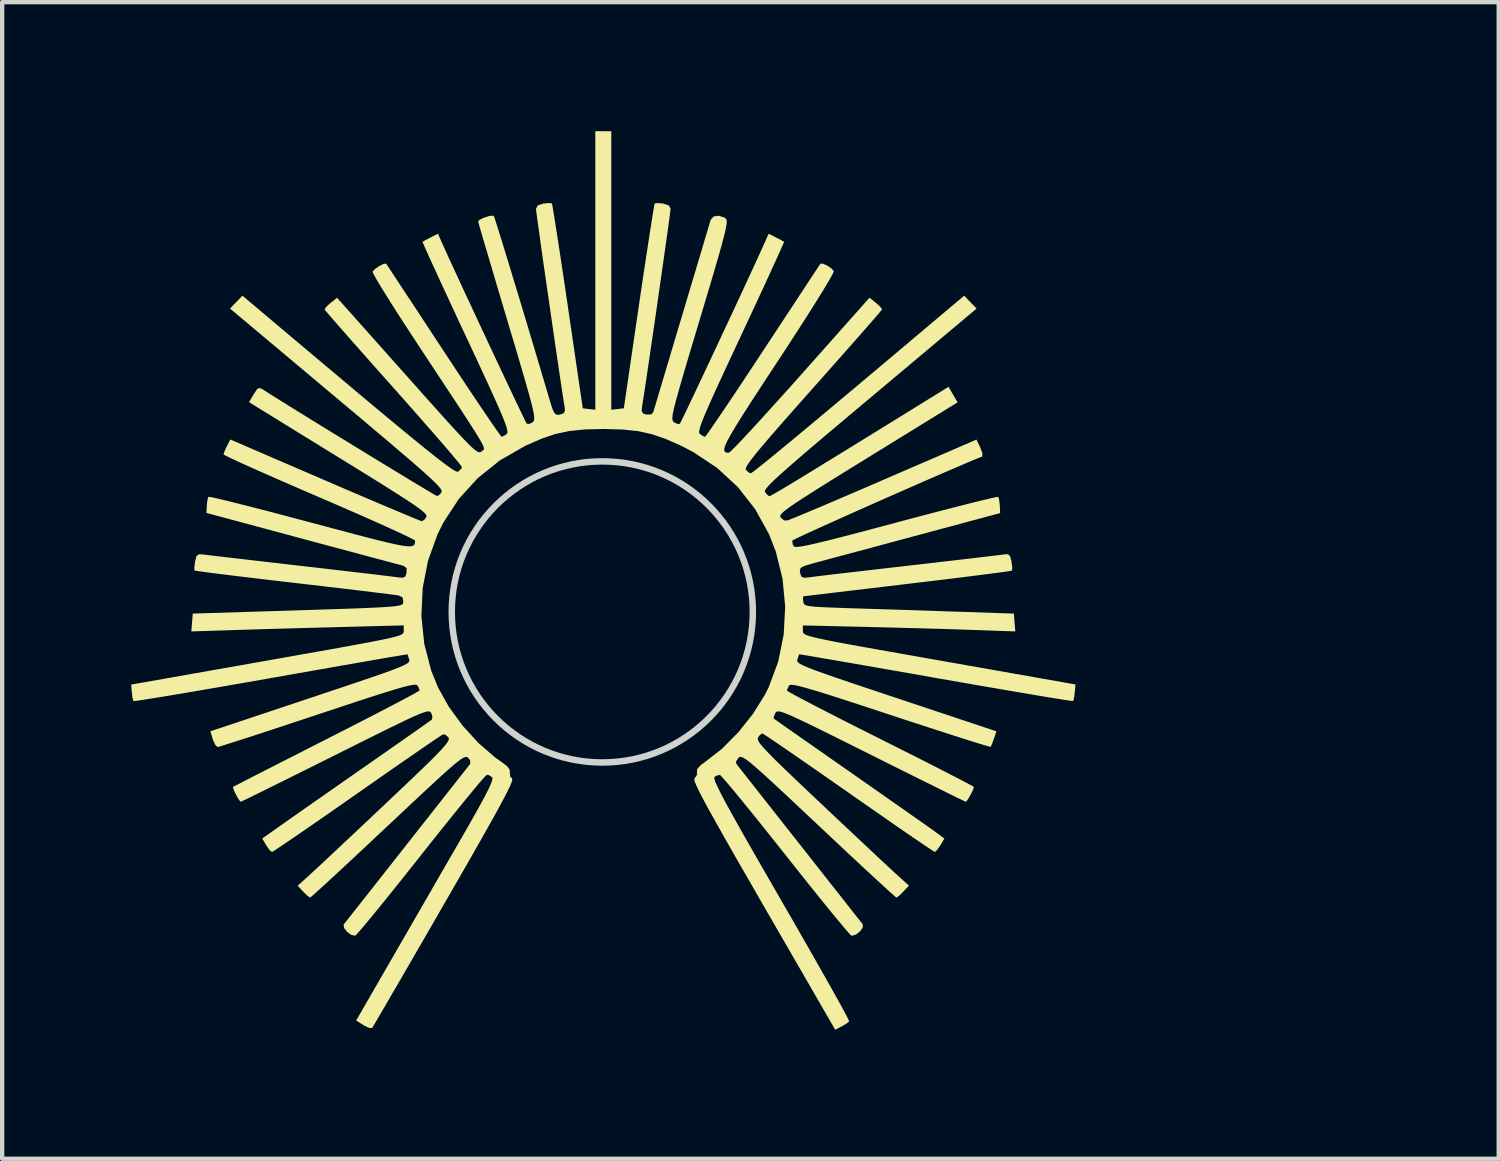
<source format=kicad_pcb>
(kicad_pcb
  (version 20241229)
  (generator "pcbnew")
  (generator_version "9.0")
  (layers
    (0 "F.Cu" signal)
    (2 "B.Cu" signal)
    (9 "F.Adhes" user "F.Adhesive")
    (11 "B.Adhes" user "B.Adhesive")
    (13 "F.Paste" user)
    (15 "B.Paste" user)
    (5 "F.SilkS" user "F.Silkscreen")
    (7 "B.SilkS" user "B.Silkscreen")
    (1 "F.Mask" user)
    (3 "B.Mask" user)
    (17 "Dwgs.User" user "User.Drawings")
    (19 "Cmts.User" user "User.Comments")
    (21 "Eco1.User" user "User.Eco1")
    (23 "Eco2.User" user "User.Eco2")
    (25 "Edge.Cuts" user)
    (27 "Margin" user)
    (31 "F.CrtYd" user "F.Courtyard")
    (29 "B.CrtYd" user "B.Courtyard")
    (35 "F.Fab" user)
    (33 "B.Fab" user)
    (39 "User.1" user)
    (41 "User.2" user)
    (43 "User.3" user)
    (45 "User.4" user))
  (footprint "_FP_Pot_17mmKnob_StdScale"
    (layer "F.Cu")
    (at 10.953 11.177)
    (property "Reference" "_FP_Pot_17mmKnob_StdScale" (at -4.6 -4.1 0) (layer "Eco2.User") (effects (font (size 1 1) (thickness 0.15)) (justify left bottom)))
    (attr through_hole)
    (fp_poly (pts (xy 0.209 -7.938) (xy 0.209 -4.7) (xy 0.355 -4.717) (xy 0.501 -4.734) (xy 0.848 -7.105) (xy 0.92 -7.594) (xy 0.988 -8.049) (xy 1.051 -8.461) (xy 1.106 -8.819) (xy 1.152 -9.112) (xy 1.187 -9.33) (xy 1.211 -9.462) (xy 1.219 -9.498) (xy 1.283 -9.506) (xy 1.404 -9.496) (xy 1.415 -9.494) (xy 1.546 -9.452) (xy 1.588 -9.375) (xy 1.588 -9.371) (xy 1.58 -9.303) (xy 1.559 -9.144) (xy 1.527 -8.906) (xy 1.484 -8.604) (xy 1.434 -8.25) (xy 1.378 -7.857) (xy 1.318 -7.44) (xy 1.257 -7.01) (xy 1.195 -6.582) (xy 1.134 -6.17) (xy 1.078 -5.785) (xy 1.027 -5.442) (xy 0.984 -5.153) (xy 0.95 -4.933) (xy 0.928 -4.794) (xy 0.925 -4.78) (xy 0.916 -4.662) (xy 0.959 -4.608) (xy 1.029 -4.589) (xy 1.145 -4.594) (xy 1.186 -4.649) (xy 1.206 -4.716) (xy 1.254 -4.875) (xy 1.324 -5.112) (xy 1.416 -5.419) (xy 1.525 -5.783) (xy 1.647 -6.193) (xy 1.78 -6.639) (xy 1.853 -6.881) (xy 1.99 -7.342) (xy 2.119 -7.773) (xy 2.236 -8.163) (xy 2.337 -8.502) (xy 2.419 -8.778) (xy 2.48 -8.98) (xy 2.515 -9.098) (xy 2.522 -9.122) (xy 2.59 -9.195) (xy 2.71 -9.211) (xy 2.839 -9.169) (xy 2.87 -9.148) (xy 2.887 -9.124) (xy 2.894 -9.079) (xy 2.888 -9.004) (xy 2.867 -8.892) (xy 2.829 -8.733) (xy 2.772 -8.518) (xy 2.694 -8.24) (xy 2.591 -7.888) (xy 2.463 -7.455) (xy 2.306 -6.931) (xy 2.261 -6.781) (xy 2.098 -6.238) (xy 1.963 -5.786) (xy 1.855 -5.419) (xy 1.771 -5.126) (xy 1.708 -4.898) (xy 1.665 -4.728) (xy 1.639 -4.605) (xy 1.629 -4.521) (xy 1.631 -4.466) (xy 1.644 -4.432) (xy 1.665 -4.41) (xy 1.669 -4.408) (xy 1.759 -4.367) (xy 1.804 -4.376) (xy 1.832 -4.429) (xy 1.899 -4.567) (xy 2 -4.777) (xy 2.128 -5.047) (xy 2.279 -5.366) (xy 2.446 -5.721) (xy 2.624 -6.1) (xy 2.807 -6.492) (xy 2.991 -6.884) (xy 3.168 -7.265) (xy 3.334 -7.623) (xy 3.483 -7.944) (xy 3.609 -8.219) (xy 3.707 -8.434) (xy 3.743 -8.513) (xy 3.868 -8.793) (xy 4.04 -8.706) (xy 4.157 -8.645) (xy 4.223 -8.609) (xy 4.227 -8.606) (xy 4.208 -8.557) (xy 4.148 -8.422) (xy 4.052 -8.21) (xy 3.924 -7.93) (xy 3.769 -7.593) (xy 3.591 -7.208) (xy 3.393 -6.784) (xy 3.214 -6.399) (xy 2.97 -5.877) (xy 2.768 -5.442) (xy 2.605 -5.087) (xy 2.478 -4.803) (xy 2.382 -4.583) (xy 2.316 -4.417) (xy 2.274 -4.298) (xy 2.254 -4.217) (xy 2.252 -4.168) (xy 2.265 -4.14) (xy 2.268 -4.137) (xy 2.353 -4.082) (xy 2.387 -4.071) (xy 2.423 -4.114) (xy 2.51 -4.237) (xy 2.644 -4.431) (xy 2.818 -4.687) (xy 3.026 -4.996) (xy 3.262 -5.35) (xy 3.52 -5.74) (xy 3.739 -6.073) (xy 4.011 -6.485) (xy 4.264 -6.87) (xy 4.493 -7.218) (xy 4.692 -7.521) (xy 4.855 -7.769) (xy 4.977 -7.953) (xy 5.05 -8.065) (xy 5.071 -8.096) (xy 5.128 -8.097) (xy 5.226 -8.054) (xy 5.324 -7.989) (xy 5.382 -7.926) (xy 5.383 -7.923) (xy 5.361 -7.866) (xy 5.285 -7.729) (xy 5.162 -7.522) (xy 4.997 -7.254) (xy 4.796 -6.935) (xy 4.565 -6.574) (xy 4.309 -6.179) (xy 4.088 -5.842) (xy 3.765 -5.351) (xy 3.497 -4.94) (xy 3.281 -4.604) (xy 3.112 -4.334) (xy 2.987 -4.123) (xy 2.901 -3.965) (xy 2.851 -3.851) (xy 2.833 -3.775) (xy 2.844 -3.729) (xy 2.878 -3.706) (xy 2.933 -3.7) (xy 2.941 -3.7) (xy 2.989 -3.738) (xy 3.1 -3.848) (xy 3.266 -4.022) (xy 3.48 -4.252) (xy 3.735 -4.53) (xy 4.023 -4.848) (xy 4.338 -5.197) (xy 4.61 -5.502) (xy 6.212 -7.305) (xy 6.362 -7.186) (xy 6.459 -7.099) (xy 6.503 -7.038) (xy 6.503 -7.032) (xy 6.467 -6.986) (xy 6.367 -6.869) (xy 6.211 -6.689) (xy 6.005 -6.454) (xy 5.757 -6.173) (xy 5.473 -5.852) (xy 5.162 -5.5) (xy 4.884 -5.187) (xy 4.497 -4.751) (xy 4.176 -4.387) (xy 3.916 -4.089) (xy 3.711 -3.849) (xy 3.557 -3.663) (xy 3.447 -3.522) (xy 3.377 -3.421) (xy 3.341 -3.354) (xy 3.334 -3.313) (xy 3.339 -3.3) (xy 3.416 -3.234) (xy 3.452 -3.223) (xy 3.505 -3.257) (xy 3.636 -3.359) (xy 3.846 -3.528) (xy 4.133 -3.763) (xy 4.496 -4.063) (xy 4.933 -4.426) (xy 5.443 -4.853) (xy 6.025 -5.341) (xy 6.678 -5.89) (xy 7.401 -6.499) (xy 7.612 -6.677) (xy 8.414 -7.353) (xy 8.558 -7.202) (xy 8.702 -7.052) (xy 6.215 -4.965) (xy 5.697 -4.53) (xy 5.255 -4.158) (xy 4.884 -3.844) (xy 4.578 -3.582) (xy 4.331 -3.367) (xy 4.138 -3.196) (xy 3.992 -3.062) (xy 3.889 -2.96) (xy 3.823 -2.886) (xy 3.788 -2.834) (xy 3.779 -2.799) (xy 3.784 -2.785) (xy 3.85 -2.709) (xy 3.887 -2.692) (xy 3.918 -2.705) (xy 3.992 -2.746) (xy 4.114 -2.816) (xy 4.289 -2.92) (xy 4.521 -3.06) (xy 4.814 -3.239) (xy 5.174 -3.46) (xy 5.605 -3.724) (xy 6.111 -4.036) (xy 6.698 -4.398) (xy 7.369 -4.813) (xy 7.483 -4.883) (xy 8.049 -5.233) (xy 8.155 -5.053) (xy 8.261 -4.873) (xy 6.174 -3.587) (xy 5.683 -3.284) (xy 5.276 -3.031) (xy 4.944 -2.823) (xy 4.681 -2.655) (xy 4.479 -2.523) (xy 4.332 -2.421) (xy 4.231 -2.344) (xy 4.169 -2.287) (xy 4.14 -2.245) (xy 4.136 -2.214) (xy 4.141 -2.2) (xy 4.226 -2.126) (xy 4.31 -2.129) (xy 4.381 -2.156) (xy 4.54 -2.22) (xy 4.774 -2.318) (xy 5.075 -2.445) (xy 5.43 -2.596) (xy 5.83 -2.767) (xy 6.264 -2.954) (xy 6.562 -3.083) (xy 8.7 -4.007) (xy 8.79 -3.818) (xy 8.838 -3.687) (xy 8.833 -3.615) (xy 8.826 -3.61) (xy 8.695 -3.558) (xy 8.49 -3.472) (xy 8.223 -3.358) (xy 7.905 -3.221) (xy 7.548 -3.066) (xy 7.164 -2.898) (xy 6.764 -2.722) (xy 6.361 -2.544) (xy 5.967 -2.369) (xy 5.592 -2.201) (xy 5.249 -2.047) (xy 4.95 -1.912) (xy 4.706 -1.8) (xy 4.53 -1.717) (xy 4.432 -1.669) (xy 4.416 -1.658) (xy 4.427 -1.572) (xy 4.448 -1.529) (xy 4.474 -1.514) (xy 4.53 -1.511) (xy 4.625 -1.522) (xy 4.768 -1.549) (xy 4.967 -1.593) (xy 5.229 -1.657) (xy 5.564 -1.742) (xy 5.98 -1.85) (xy 6.484 -1.984) (xy 6.837 -2.078) (xy 7.316 -2.206) (xy 7.764 -2.323) (xy 8.17 -2.428) (xy 8.523 -2.518) (xy 8.813 -2.59) (xy 9.03 -2.642) (xy 9.164 -2.671) (xy 9.205 -2.675) (xy 9.227 -2.608) (xy 9.241 -2.482) (xy 9.242 -2.472) (xy 9.25 -2.298) (xy 7.235 -1.757) (xy 6.776 -1.633) (xy 6.337 -1.515) (xy 5.931 -1.406) (xy 5.572 -1.31) (xy 5.273 -1.23) (xy 5.048 -1.169) (xy 4.91 -1.132) (xy 4.897 -1.128) (xy 4.721 -1.077) (xy 4.627 -1.035) (xy 4.593 -0.984) (xy 4.598 -0.91) (xy 4.599 -0.909) (xy 4.627 -0.822) (xy 4.69 -0.794) (xy 4.816 -0.805) (xy 4.91 -0.818) (xy 5.097 -0.841) (xy 5.365 -0.873) (xy 5.699 -0.912) (xy 6.089 -0.957) (xy 6.521 -1.007) (xy 6.983 -1.06) (xy 7.103 -1.074) (xy 7.567 -1.127) (xy 8.004 -1.178) (xy 8.399 -1.224) (xy 8.741 -1.264) (xy 9.017 -1.297) (xy 9.216 -1.321) (xy 9.325 -1.335) (xy 9.337 -1.337) (xy 9.433 -1.342) (xy 9.483 -1.292) (xy 9.513 -1.173) (xy 9.531 -1.043) (xy 9.528 -0.966) (xy 9.525 -0.961) (xy 9.469 -0.95) (xy 9.318 -0.928) (xy 9.084 -0.897) (xy 8.775 -0.857) (xy 8.404 -0.81) (xy 7.98 -0.758) (xy 7.514 -0.702) (xy 7.096 -0.652) (xy 6.603 -0.593) (xy 6.143 -0.538) (xy 5.728 -0.489) (xy 5.366 -0.446) (xy 5.069 -0.41) (xy 4.848 -0.384) (xy 4.713 -0.368) (xy 4.673 -0.363) (xy 4.666 -0.315) (xy 4.673 -0.24) (xy 4.681 -0.202) (xy 4.7 -0.173) (xy 4.744 -0.151) (xy 4.825 -0.134) (xy 4.956 -0.12) (xy 5.15 -0.109) (xy 5.418 -0.098) (xy 5.775 -0.086) (xy 5.962 -0.08) (xy 6.415 -0.066) (xy 6.922 -0.05) (xy 7.443 -0.033) (xy 7.939 -0.016) (xy 8.371 -0.002) (xy 8.402 -0.001) (xy 9.568 0.039) (xy 9.585 0.246) (xy 9.602 0.453) (xy 8.631 0.419) (xy 8.302 0.408) (xy 7.895 0.395) (xy 7.437 0.382) (xy 6.957 0.369) (xy 6.482 0.357) (xy 6.161 0.349) (xy 4.663 0.314) (xy 4.663 0.441) (xy 4.665 0.468) (xy 4.675 0.492) (xy 4.7 0.515) (xy 4.749 0.54) (xy 4.83 0.566) (xy 4.949 0.597) (xy 5.115 0.634) (xy 5.336 0.679) (xy 5.619 0.733) (xy 5.973 0.797) (xy 6.404 0.875) (xy 6.92 0.966) (xy 7.53 1.074) (xy 7.832 1.127) (xy 11 1.686) (xy 10.985 1.867) (xy 10.969 1.995) (xy 10.95 2.068) (xy 10.948 2.071) (xy 10.893 2.066) (xy 10.743 2.044) (xy 10.506 2.006) (xy 10.193 1.955) (xy 9.811 1.89) (xy 9.37 1.815) (xy 8.879 1.731) (xy 8.346 1.638) (xy 7.782 1.54) (xy 7.755 1.535) (xy 7.19 1.435) (xy 6.657 1.342) (xy 6.165 1.256) (xy 5.723 1.179) (xy 5.34 1.113) (xy 5.024 1.059) (xy 4.786 1.018) (xy 4.634 0.993) (xy 4.577 0.985) (xy 4.577 0.985) (xy 4.558 1.035) (xy 4.535 1.107) (xy 4.531 1.135) (xy 4.543 1.164) (xy 4.578 1.196) (xy 4.646 1.234) (xy 4.755 1.282) (xy 4.912 1.344) (xy 5.127 1.422) (xy 5.407 1.52) (xy 5.762 1.641) (xy 6.199 1.787) (xy 6.727 1.964) (xy 6.832 1.999) (xy 9.163 2.776) (xy 9.106 2.945) (xy 9.062 3.066) (xy 9.031 3.134) (xy 9.03 3.137) (xy 8.977 3.125) (xy 8.834 3.083) (xy 8.61 3.014) (xy 8.316 2.921) (xy 7.962 2.807) (xy 7.557 2.676) (xy 7.112 2.531) (xy 6.702 2.396) (xy 6.149 2.213) (xy 5.688 2.063) (xy 5.311 1.941) (xy 5.01 1.847) (xy 4.776 1.778) (xy 4.603 1.731) (xy 4.48 1.703) (xy 4.401 1.694) (xy 4.357 1.699) (xy 4.343 1.71) (xy 4.3 1.799) (xy 4.293 1.828) (xy 4.339 1.859) (xy 4.47 1.933) (xy 4.678 2.043) (xy 4.952 2.186) (xy 5.284 2.357) (xy 5.664 2.551) (xy 6.082 2.762) (xy 6.466 2.955) (xy 6.91 3.178) (xy 7.324 3.386) (xy 7.698 3.576) (xy 8.022 3.742) (xy 8.288 3.879) (xy 8.486 3.983) (xy 8.606 4.049) (xy 8.64 4.071) (xy 8.618 4.139) (xy 8.565 4.246) (xy 8.505 4.35) (xy 8.46 4.41) (xy 8.453 4.413) (xy 8.402 4.39) (xy 8.265 4.325) (xy 8.053 4.221) (xy 7.775 4.083) (xy 7.44 3.917) (xy 7.057 3.727) (xy 6.637 3.518) (xy 6.255 3.327) (xy 5.745 3.072) (xy 5.321 2.861) (xy 4.975 2.69) (xy 4.699 2.556) (xy 4.485 2.456) (xy 4.324 2.384) (xy 4.207 2.339) (xy 4.128 2.316) (xy 4.077 2.312) (xy 4.047 2.322) (xy 4.028 2.344) (xy 4.024 2.35) (xy 3.985 2.441) (xy 3.983 2.476) (xy 4.029 2.509) (xy 4.152 2.596) (xy 4.345 2.731) (xy 4.596 2.908) (xy 4.899 3.119) (xy 5.242 3.359) (xy 5.617 3.621) (xy 5.803 3.751) (xy 6.198 4.027) (xy 6.571 4.289) (xy 6.913 4.528) (xy 7.212 4.738) (xy 7.46 4.912) (xy 7.645 5.043) (xy 7.757 5.123) (xy 7.78 5.14) (xy 7.953 5.269) (xy 7.861 5.424) (xy 7.789 5.529) (xy 7.734 5.579) (xy 7.731 5.58) (xy 7.681 5.55) (xy 7.553 5.466) (xy 7.356 5.333) (xy 7.098 5.157) (xy 6.79 4.944) (xy 6.439 4.7) (xy 6.054 4.432) (xy 5.724 4.201) (xy 5.318 3.918) (xy 4.939 3.654) (xy 4.596 3.416) (xy 4.297 3.21) (xy 4.05 3.041) (xy 3.866 2.917) (xy 3.752 2.842) (xy 3.718 2.823) (xy 3.664 2.862) (xy 3.621 2.919) (xy 3.612 2.951) (xy 3.626 2.996) (xy 3.668 3.062) (xy 3.746 3.155) (xy 3.866 3.283) (xy 4.034 3.453) (xy 4.259 3.671) (xy 4.545 3.945) (xy 4.901 4.282) (xy 5.016 4.391) (xy 5.359 4.715) (xy 5.692 5.028) (xy 6.003 5.32) (xy 6.28 5.58) (xy 6.513 5.799) (xy 6.692 5.965) (xy 6.8 6.065) (xy 7.129 6.364) (xy 7 6.502) (xy 6.907 6.594) (xy 6.843 6.639) (xy 6.838 6.641) (xy 6.794 6.605) (xy 6.681 6.504) (xy 6.506 6.345) (xy 6.277 6.134) (xy 6.003 5.88) (xy 5.69 5.588) (xy 5.348 5.267) (xy 5.034 4.972) (xy 4.617 4.58) (xy 4.271 4.255) (xy 3.987 3.991) (xy 3.76 3.783) (xy 3.583 3.625) (xy 3.448 3.51) (xy 3.348 3.433) (xy 3.277 3.389) (xy 3.228 3.37) (xy 3.194 3.372) (xy 3.168 3.389) (xy 3.168 3.389) (xy 3.108 3.48) (xy 3.118 3.533) (xy 3.159 3.586) (xy 3.259 3.713) (xy 3.411 3.906) (xy 3.608 4.156) (xy 3.842 4.453) (xy 4.107 4.79) (xy 4.396 5.157) (xy 4.584 5.394) (xy 4.884 5.776) (xy 5.165 6.133) (xy 5.42 6.456) (xy 5.642 6.738) (xy 5.823 6.968) (xy 5.957 7.138) (xy 6.037 7.239) (xy 6.056 7.263) (xy 6.056 7.336) (xy 5.993 7.426) (xy 5.899 7.501) (xy 5.805 7.529) (xy 5.794 7.528) (xy 5.749 7.485) (xy 5.646 7.367) (xy 5.491 7.182) (xy 5.291 6.94) (xy 5.054 6.647) (xy 4.786 6.314) (xy 4.494 5.947) (xy 4.266 5.659) (xy 3.96 5.274) (xy 3.674 4.915) (xy 3.412 4.591) (xy 3.183 4.31) (xy 2.994 4.081) (xy 2.851 3.913) (xy 2.761 3.813) (xy 2.733 3.788) (xy 2.644 3.811) (xy 2.606 3.844) (xy 2.604 3.879) (xy 2.629 3.954) (xy 2.683 4.074) (xy 2.769 4.247) (xy 2.891 4.476) (xy 3.052 4.768) (xy 3.254 5.128) (xy 3.502 5.563) (xy 3.797 6.077) (xy 4.143 6.677) (xy 4.154 6.697) (xy 4.441 7.193) (xy 4.71 7.663) (xy 4.958 8.098) (xy 5.18 8.489) (xy 5.371 8.829) (xy 5.527 9.11) (xy 5.644 9.324) (xy 5.716 9.462) (xy 5.74 9.517) (xy 5.739 9.518) (xy 5.681 9.568) (xy 5.57 9.634) (xy 5.566 9.636) (xy 5.415 9.714) (xy 3.74 6.814) (xy 3.393 6.21) (xy 3.095 5.693) (xy 2.845 5.254) (xy 2.639 4.888) (xy 2.473 4.59) (xy 2.345 4.353) (xy 2.25 4.17) (xy 2.187 4.037) (xy 2.15 3.946) (xy 2.138 3.892) (xy 2.147 3.868) (xy 2.147 3.868) (xy 2.204 3.784) (xy 2.199 3.728) (xy 2.209 3.648) (xy 2.297 3.554) (xy 2.395 3.484) (xy 2.786 3.179) (xy 3.163 2.798) (xy 3.504 2.369) (xy 3.784 1.92) (xy 3.866 1.756) (xy 4.09 1.156) (xy 4.218 0.524) (xy 4.252 -0.123) (xy 4.191 -0.77) (xy 4.035 -1.4) (xy 3.877 -1.806) (xy 3.557 -2.385) (xy 3.156 -2.899) (xy 2.675 -3.344) (xy 2.119 -3.715) (xy 1.837 -3.862) (xy 1.475 -4.022) (xy 1.151 -4.133) (xy 0.83 -4.204) (xy 0.475 -4.241) (xy 0.054 -4.253) (xy 0.023 -4.253) (xy -0.403 -4.243) (xy -0.76 -4.207) (xy -1.082 -4.139) (xy -1.405 -4.031) (xy -1.763 -3.874) (xy -1.795 -3.859) (xy -2.379 -3.525) (xy -2.893 -3.113) (xy -3.333 -2.631) (xy -3.692 -2.083) (xy -3.83 -1.806) (xy -4.051 -1.194) (xy -4.176 -0.556) (xy -4.206 0.094) (xy -4.14 0.739) (xy -3.978 1.363) (xy -3.819 1.756) (xy -3.568 2.205) (xy -3.247 2.645) (xy -2.88 3.047) (xy -2.492 3.383) (xy -2.348 3.484) (xy -2.206 3.593) (xy -2.149 3.679) (xy -2.152 3.728) (xy -2.14 3.831) (xy -2.1 3.868) (xy -2.091 3.891) (xy -2.103 3.945) (xy -2.139 4.035) (xy -2.202 4.168) (xy -2.296 4.35) (xy -2.423 4.587) (xy -2.589 4.884) (xy -2.794 5.249) (xy -3.044 5.688) (xy -3.341 6.206) (xy -3.669 6.775) (xy -3.96 7.28) (xy -4.236 7.757) (xy -4.492 8.2) (xy -4.723 8.599) (xy -4.926 8.947) (xy -5.094 9.237) (xy -5.224 9.459) (xy -5.311 9.607) (xy -5.351 9.672) (xy -5.352 9.674) (xy -5.414 9.673) (xy -5.524 9.623) (xy -5.554 9.605) (xy -5.722 9.499) (xy -4.936 8.136) (xy -4.687 7.704) (xy -4.403 7.212) (xy -4.101 6.689) (xy -3.8 6.166) (xy -3.516 5.675) (xy -3.325 5.344) (xy -3.083 4.923) (xy -2.892 4.584) (xy -2.748 4.32) (xy -2.646 4.122) (xy -2.583 3.983) (xy -2.555 3.894) (xy -2.556 3.848) (xy -2.559 3.844) (xy -2.644 3.79) (xy -2.686 3.788) (xy -2.732 3.832) (xy -2.836 3.95) (xy -2.992 4.136) (xy -3.192 4.379) (xy -3.43 4.672) (xy -3.699 5.006) (xy -3.991 5.372) (xy -4.218 5.659) (xy -4.524 6.045) (xy -4.81 6.403) (xy -5.071 6.727) (xy -5.299 7.007) (xy -5.488 7.236) (xy -5.63 7.404) (xy -5.719 7.503) (xy -5.747 7.528) (xy -5.839 7.508) (xy -5.935 7.437) (xy -6.004 7.347) (xy -6.014 7.271) (xy -6.009 7.263) (xy -5.966 7.209) (xy -5.865 7.08) (xy -5.711 6.886) (xy -5.514 6.635) (xy -5.278 6.336) (xy -5.012 5.998) (xy -4.723 5.631) (xy -4.537 5.394) (xy -4.237 5.013) (xy -3.956 4.657) (xy -3.702 4.334) (xy -3.481 4.054) (xy -3.301 3.825) (xy -3.168 3.656) (xy -3.089 3.556) (xy -3.071 3.533) (xy -3.07 3.454) (xy -3.12 3.39) (xy -3.146 3.373) (xy -3.18 3.372) (xy -3.23 3.39) (xy -3.301 3.436) (xy -3.402 3.513) (xy -3.538 3.629) (xy -3.717 3.788) (xy -3.945 3.998) (xy -4.23 4.263) (xy -4.579 4.589) (xy -4.987 4.972) (xy -5.35 5.313) (xy -5.689 5.631) (xy -5.997 5.917) (xy -6.265 6.166) (xy -6.487 6.37) (xy -6.654 6.522) (xy -6.758 6.614) (xy -6.792 6.641) (xy -6.847 6.606) (xy -6.938 6.52) (xy -6.954 6.503) (xy -7.082 6.366) (xy -6.752 6.066) (xy -6.637 5.96) (xy -6.457 5.792) (xy -6.221 5.571) (xy -5.942 5.309) (xy -5.63 5.016) (xy -5.297 4.702) (xy -4.968 4.391) (xy -4.592 4.035) (xy -4.286 3.743) (xy -4.045 3.51) (xy -3.862 3.327) (xy -3.729 3.188) (xy -3.64 3.086) (xy -3.588 3.013) (xy -3.567 2.963) (xy -3.57 2.928) (xy -3.574 2.919) (xy -3.651 2.852) (xy -3.706 2.848) (xy -3.763 2.884) (xy -3.898 2.974) (xy -4.101 3.112) (xy -4.363 3.293) (xy -4.676 3.509) (xy -5.03 3.755) (xy -5.415 4.024) (xy -5.707 4.228) (xy -6.109 4.509) (xy -6.484 4.77) (xy -6.824 5.005) (xy -7.119 5.208) (xy -7.362 5.373) (xy -7.542 5.494) (xy -7.65 5.564) (xy -7.68 5.58) (xy -7.733 5.539) (xy -7.806 5.438) (xy -7.814 5.424) (xy -7.906 5.268) (xy -7.388 4.902) (xy -7.214 4.779) (xy -6.968 4.607) (xy -6.666 4.396) (xy -6.324 4.157) (xy -5.958 3.901) (xy -5.584 3.64) (xy -5.438 3.539) (xy -5.093 3.298) (xy -4.775 3.075) (xy -4.494 2.879) (xy -4.262 2.716) (xy -4.09 2.594) (xy -3.986 2.52) (xy -3.962 2.502) (xy -3.949 2.431) (xy -3.977 2.352) (xy -3.994 2.327) (xy -4.021 2.313) (xy -4.065 2.313) (xy -4.136 2.331) (xy -4.241 2.369) (xy -4.389 2.433) (xy -4.587 2.525) (xy -4.845 2.65) (xy -5.171 2.81) (xy -5.572 3.009) (xy -6.058 3.252) (xy -6.209 3.327) (xy -6.653 3.549) (xy -7.068 3.756) (xy -7.445 3.943) (xy -7.772 4.105) (xy -8.042 4.238) (xy -8.243 4.337) (xy -8.368 4.396) (xy -8.406 4.413) (xy -8.445 4.372) (xy -8.502 4.276) (xy -8.556 4.167) (xy -8.585 4.085) (xy -8.584 4.068) (xy -8.535 4.042) (xy -8.4 3.972) (xy -8.19 3.864) (xy -7.914 3.723) (xy -7.581 3.553) (xy -7.2 3.359) (xy -6.782 3.146) (xy -6.406 2.955) (xy -5.964 2.73) (xy -5.552 2.519) (xy -5.18 2.327) (xy -4.858 2.159) (xy -4.594 2.02) (xy -4.398 1.914) (xy -4.279 1.847) (xy -4.246 1.824) (xy -4.272 1.753) (xy -4.297 1.709) (xy -4.322 1.694) (xy -4.374 1.692) (xy -4.463 1.706) (xy -4.596 1.738) (xy -4.782 1.79) (xy -5.029 1.866) (xy -5.346 1.966) (xy -5.741 2.095) (xy -6.221 2.254) (xy -6.617 2.385) (xy -7.086 2.541) (xy -7.525 2.686) (xy -7.924 2.817) (xy -8.271 2.93) (xy -8.557 3.022) (xy -8.772 3.09) (xy -8.904 3.131) (xy -8.943 3.141) (xy -8.995 3.095) (xy -9.048 2.983) (xy -9.056 2.958) (xy -9.112 2.775) (xy -6.783 1.998) (xy -6.238 1.816) (xy -5.786 1.664) (xy -5.417 1.539) (xy -5.124 1.438) (xy -4.898 1.357) (xy -4.732 1.292) (xy -4.615 1.242) (xy -4.541 1.202) (xy -4.5 1.169) (xy -4.485 1.14) (xy -4.487 1.112) (xy -4.489 1.107) (xy -4.519 1.015) (xy -4.53 0.985) (xy -4.582 0.993) (xy -4.73 1.018) (xy -4.963 1.057) (xy -5.275 1.111) (xy -5.654 1.177) (xy -6.093 1.254) (xy -6.583 1.34) (xy -7.114 1.433) (xy -7.677 1.533) (xy -7.706 1.538) (xy -8.271 1.637) (xy -8.805 1.73) (xy -9.298 1.815) (xy -9.742 1.891) (xy -10.127 1.955) (xy -10.444 2.007) (xy -10.684 2.045) (xy -10.839 2.068) (xy -10.899 2.073) (xy -10.899 2.073) (xy -10.92 2.008) (xy -10.937 1.883) (xy -10.938 1.869) (xy -10.953 1.689) (xy -7.785 1.13) (xy -7.131 1.014) (xy -6.574 0.915) (xy -6.106 0.832) (xy -5.72 0.761) (xy -5.406 0.703) (xy -5.159 0.654) (xy -4.969 0.614) (xy -4.83 0.581) (xy -4.733 0.552) (xy -4.671 0.527) (xy -4.636 0.503) (xy -4.621 0.48) (xy -4.617 0.454) (xy -4.616 0.442) (xy -4.616 0.313) (xy -6.008 0.349) (xy -6.462 0.361) (xy -6.954 0.374) (xy -7.452 0.388) (xy -7.922 0.402) (xy -8.332 0.414) (xy -8.478 0.419) (xy -9.555 0.453) (xy -9.538 0.246) (xy -9.522 0.039) (xy -8.222 -0.002) (xy -7.519 -0.023) (xy -6.915 -0.042) (xy -6.402 -0.059) (xy -5.972 -0.073) (xy -5.618 -0.086) (xy -5.333 -0.098) (xy -5.109 -0.11) (xy -4.939 -0.121) (xy -4.816 -0.133) (xy -4.73 -0.147) (xy -4.677 -0.161) (xy -4.647 -0.178) (xy -4.633 -0.197) (xy -4.628 -0.219) (xy -4.626 -0.238) (xy -4.643 -0.338) (xy -4.732 -0.382) (xy -4.81 -0.394) (xy -4.981 -0.416) (xy -5.235 -0.447) (xy -5.559 -0.487) (xy -5.944 -0.533) (xy -6.376 -0.584) (xy -6.845 -0.639) (xy -7.157 -0.675) (xy -7.639 -0.731) (xy -8.088 -0.785) (xy -8.492 -0.833) (xy -8.842 -0.876) (xy -9.126 -0.912) (xy -9.334 -0.94) (xy -9.454 -0.957) (xy -9.48 -0.963) (xy -9.486 -1.024) (xy -9.471 -1.146) (xy -9.467 -1.171) (xy -9.435 -1.295) (xy -9.381 -1.34) (xy -9.271 -1.335) (xy -9.265 -1.334) (xy -9.176 -1.323) (xy -8.994 -1.301) (xy -8.732 -1.27) (xy -8.402 -1.232) (xy -8.017 -1.187) (xy -7.588 -1.138) (xy -7.13 -1.085) (xy -7.029 -1.073) (xy -6.565 -1.02) (xy -6.127 -0.969) (xy -5.728 -0.922) (xy -5.381 -0.882) (xy -5.099 -0.848) (xy -4.895 -0.823) (xy -4.78 -0.808) (xy -4.769 -0.806) (xy -4.64 -0.794) (xy -4.579 -0.824) (xy -4.551 -0.913) (xy -4.55 -1.019) (xy -4.621 -1.072) (xy -4.663 -1.084) (xy -4.743 -1.105) (xy -4.914 -1.15) (xy -5.164 -1.217) (xy -5.483 -1.302) (xy -5.858 -1.403) (xy -6.28 -1.516) (xy -6.735 -1.638) (xy -7.003 -1.71) (xy -9.203 -2.302) (xy -9.195 -2.475) (xy -9.181 -2.602) (xy -9.158 -2.676) (xy -9.157 -2.677) (xy -9.101 -2.67) (xy -8.953 -2.638) (xy -8.723 -2.583) (xy -8.422 -2.508) (xy -8.06 -2.416) (xy -7.647 -2.309) (xy -7.194 -2.189) (xy -6.787 -2.081) (xy -6.225 -1.931) (xy -5.757 -1.807) (xy -5.374 -1.707) (xy -5.068 -1.631) (xy -4.83 -1.576) (xy -4.652 -1.541) (xy -4.524 -1.525) (xy -4.44 -1.527) (xy -4.389 -1.544) (xy -4.363 -1.575) (xy -4.354 -1.619) (xy -4.353 -1.658) (xy -4.401 -1.689) (xy -4.536 -1.757) (xy -4.75 -1.858) (xy -5.032 -1.987) (xy -5.373 -2.14) (xy -5.763 -2.312) (xy -6.193 -2.499) (xy -6.58 -2.666) (xy -7.035 -2.862) (xy -7.46 -3.047) (xy -7.843 -3.215) (xy -8.175 -3.363) (xy -8.447 -3.486) (xy -8.649 -3.58) (xy -8.772 -3.641) (xy -8.806 -3.663) (xy -8.783 -3.735) (xy -8.729 -3.853) (xy -8.727 -3.857) (xy -8.649 -4.009) (xy -6.446 -3.059) (xy -5.991 -2.863) (xy -5.566 -2.681) (xy -5.18 -2.517) (xy -4.844 -2.375) (xy -4.567 -2.259) (xy -4.36 -2.173) (xy -4.232 -2.122) (xy -4.193 -2.109) (xy -4.13 -2.15) (xy -4.091 -2.207) (xy -4.086 -2.234) (xy -4.104 -2.271) (xy -4.152 -2.321) (xy -4.238 -2.391) (xy -4.367 -2.483) (xy -4.549 -2.605) (xy -4.789 -2.759) (xy -5.096 -2.953) (xy -5.476 -3.189) (xy -5.937 -3.474) (xy -6.126 -3.59) (xy -8.213 -4.877) (xy -8.105 -5.059) (xy -8.031 -5.173) (xy -7.975 -5.208) (xy -7.904 -5.18) (xy -7.882 -5.166) (xy -7.749 -5.08) (xy -7.548 -4.954) (xy -7.291 -4.794) (xy -6.988 -4.607) (xy -6.652 -4.399) (xy -6.292 -4.178) (xy -5.92 -3.95) (xy -5.547 -3.722) (xy -5.184 -3.5) (xy -4.843 -3.293) (xy -4.534 -3.105) (xy -4.268 -2.945) (xy -4.057 -2.818) (xy -3.911 -2.732) (xy -3.842 -2.694) (xy -3.838 -2.692) (xy -3.777 -2.732) (xy -3.736 -2.785) (xy -3.732 -2.811) (xy -3.75 -2.851) (xy -3.796 -2.911) (xy -3.874 -2.994) (xy -3.992 -3.107) (xy -4.154 -3.254) (xy -4.365 -3.44) (xy -4.633 -3.67) (xy -4.961 -3.95) (xy -5.357 -4.284) (xy -5.824 -4.678) (xy -6.167 -4.965) (xy -8.655 -7.053) (xy -8.511 -7.203) (xy -8.367 -7.353) (xy -7.91 -6.968) (xy -7.199 -6.368) (xy -6.564 -5.834) (xy -6.002 -5.362) (xy -5.508 -4.947) (xy -5.078 -4.588) (xy -4.707 -4.281) (xy -4.391 -4.021) (xy -4.127 -3.806) (xy -3.909 -3.632) (xy -3.734 -3.496) (xy -3.597 -3.394) (xy -3.495 -3.323) (xy -3.422 -3.279) (xy -3.375 -3.26) (xy -3.349 -3.26) (xy -3.349 -3.261) (xy -3.277 -3.332) (xy -3.264 -3.369) (xy -3.299 -3.419) (xy -3.397 -3.54) (xy -3.551 -3.723) (xy -3.755 -3.961) (xy -4.002 -4.244) (xy -4.284 -4.566) (xy -4.595 -4.918) (xy -4.855 -5.211) (xy -5.183 -5.579) (xy -5.489 -5.924) (xy -5.765 -6.236) (xy -6.005 -6.508) (xy -6.201 -6.732) (xy -6.346 -6.899) (xy -6.433 -7.002) (xy -6.456 -7.032) (xy -6.425 -7.084) (xy -6.337 -7.169) (xy -6.316 -7.185) (xy -6.166 -7.304) (xy -4.536 -5.474) (xy -4.154 -5.045) (xy -3.836 -4.69) (xy -3.576 -4.401) (xy -3.367 -4.173) (xy -3.203 -3.998) (xy -3.078 -3.871) (xy -2.985 -3.786) (xy -2.918 -3.735) (xy -2.872 -3.712) (xy -2.838 -3.712) (xy -2.813 -3.727) (xy -2.81 -3.729) (xy -2.786 -3.748) (xy -2.766 -3.763) (xy -2.753 -3.782) (xy -2.753 -3.813) (xy -2.77 -3.863) (xy -2.807 -3.938) (xy -2.869 -4.046) (xy -2.961 -4.195) (xy -3.086 -4.39) (xy -3.248 -4.641) (xy -3.453 -4.953) (xy -3.705 -5.334) (xy -4.007 -5.792) (xy -4.267 -6.186) (xy -4.513 -6.562) (xy -4.74 -6.912) (xy -4.939 -7.225) (xy -5.105 -7.491) (xy -5.232 -7.7) (xy -5.313 -7.843) (xy -5.342 -7.908) (xy -5.342 -7.91) (xy -5.289 -7.969) (xy -5.192 -8.036) (xy -5.093 -8.088) (xy -5.029 -8.1) (xy -5.025 -8.097) (xy -4.993 -8.049) (xy -4.909 -7.922) (xy -4.779 -7.724) (xy -4.608 -7.464) (xy -4.402 -7.152) (xy -4.168 -6.796) (xy -3.911 -6.405) (xy -3.693 -6.073) (xy -3.421 -5.661) (xy -3.167 -5.277) (xy -2.936 -4.931) (xy -2.734 -4.632) (xy -2.568 -4.387) (xy -2.442 -4.207) (xy -2.364 -4.099) (xy -2.34 -4.071) (xy -2.273 -4.101) (xy -2.222 -4.137) (xy -2.206 -4.162) (xy -2.206 -4.208) (xy -2.223 -4.284) (xy -2.261 -4.396) (xy -2.324 -4.555) (xy -2.415 -4.767) (xy -2.538 -5.041) (xy -2.695 -5.385) (xy -2.89 -5.807) (xy -3.128 -6.316) (xy -3.167 -6.399) (xy -3.377 -6.848) (xy -3.571 -7.267) (xy -3.747 -7.646) (xy -3.898 -7.975) (xy -4.022 -8.245) (xy -4.112 -8.447) (xy -4.166 -8.57) (xy -4.18 -8.606) (xy -4.128 -8.635) (xy -4.018 -8.693) (xy -3.993 -8.706) (xy -3.821 -8.793) (xy -3.696 -8.513) (xy -3.614 -8.331) (xy -3.501 -8.084) (xy -3.362 -7.784) (xy -3.204 -7.442) (xy -3.031 -7.072) (xy -2.85 -6.683) (xy -2.666 -6.29) (xy -2.485 -5.903) (xy -2.311 -5.535) (xy -2.152 -5.197) (xy -2.012 -4.901) (xy -1.897 -4.661) (xy -1.813 -4.486) (xy -1.766 -4.39) (xy -1.757 -4.376) (xy -1.692 -4.372) (xy -1.622 -4.408) (xy -1.6 -4.429) (xy -1.585 -4.461) (xy -1.581 -4.513) (xy -1.59 -4.593) (xy -1.614 -4.711) (xy -1.654 -4.876) (xy -1.714 -5.097) (xy -1.795 -5.382) (xy -1.9 -5.742) (xy -2.031 -6.185) (xy -2.191 -6.719) (xy -2.201 -6.755) (xy -2.342 -7.227) (xy -2.473 -7.667) (xy -2.591 -8.067) (xy -2.694 -8.415) (xy -2.778 -8.7) (xy -2.84 -8.912) (xy -2.877 -9.042) (xy -2.886 -9.078) (xy -2.847 -9.121) (xy -2.746 -9.168) (xy -2.629 -9.204) (xy -2.54 -9.213) (xy -2.521 -9.205) (xy -2.502 -9.151) (xy -2.456 -9.007) (xy -2.386 -8.784) (xy -2.296 -8.494) (xy -2.19 -8.149) (xy -2.072 -7.758) (xy -1.943 -7.335) (xy -1.809 -6.891) (xy -1.673 -6.436) (xy -1.537 -5.983) (xy -1.406 -5.542) (xy -1.283 -5.127) (xy -1.228 -4.94) (xy -1.168 -4.747) (xy -1.122 -4.637) (xy -1.076 -4.589) (xy -1.015 -4.583) (xy -0.983 -4.589) (xy -0.892 -4.62) (xy -0.867 -4.69) (xy -0.878 -4.78) (xy -0.899 -4.904) (xy -0.931 -5.111) (xy -0.972 -5.389) (xy -1.022 -5.724) (xy -1.078 -6.103) (xy -1.137 -6.512) (xy -1.199 -6.938) (xy -1.261 -7.368) (xy -1.322 -7.789) (xy -1.379 -8.186) (xy -1.43 -8.548) (xy -1.473 -8.86) (xy -1.508 -9.109) (xy -1.531 -9.283) (xy -1.541 -9.366) (xy -1.541 -9.371) (xy -1.502 -9.45) (xy -1.376 -9.493) (xy -1.369 -9.494) (xy -1.244 -9.506) (xy -1.174 -9.5) (xy -1.173 -9.498) (xy -1.16 -9.443) (xy -1.134 -9.293) (xy -1.097 -9.06) (xy -1.049 -8.753) (xy -0.992 -8.384) (xy -0.928 -7.962) (xy -0.859 -7.499) (xy -0.801 -7.105) (xy -0.454 -4.734) (xy -0.308 -4.717) (xy -0.162 -4.7) (xy -0.162 -7.938) (xy -0.162 -11.177) (xy 0.023 -11.177) (xy 0.209 -11.177)) (stroke (width 0) (type solid)) (fill yes) (layer "F.SilkS"))
    (fp_line (start -5.1 -5.75) (end -5.1 -1.4) (stroke (width 0.05) (type solid)) (layer "Eco2.User"))
    (fp_line (start -5.1 1.4) (end -5.1 5.75) (stroke (width 0.05) (type solid)) (layer "Eco2.User"))
    (fp_line (start -5.1 5.75) (end 5.1 5.75) (stroke (width 0.05) (type solid)) (layer "Eco2.User"))
    (fp_line (start -4.85 -4.95) (end -4.85 -1.676) (stroke (width 0.127) (type solid)) (layer "Eco2.User"))
    (fp_line (start -4.85 1.727) (end -4.85 5.06) (stroke (width 0.127) (type solid)) (layer "Eco2.User"))
    (fp_line (start -4.41 5.5) (end 4.41 5.5) (stroke (width 0.127) (type solid)) (layer "Eco2.User"))
    (fp_line (start -3.7 -8.16) (end -3.7 -5.75) (stroke (width 0.05) (type solid)) (layer "Eco2.User"))
    (fp_line (start -3.7 -5.75) (end -5.1 -5.75) (stroke (width 0.05) (type solid)) (layer "Eco2.User"))
    (fp_line (start -1.5 0) (end 1.5 0) (stroke (width 0.12) (type solid)) (layer "Eco2.User"))
    (fp_line (start 0 1.5) (end 0 -1.5) (stroke (width 0.12) (type solid)) (layer "Eco2.User"))
    (fp_line (start 3.7 -8.16) (end -3.7 -8.16) (stroke (width 0.05) (type solid)) (layer "Eco2.User"))
    (fp_line (start 3.7 -5.75) (end 3.7 -8.16) (stroke (width 0.05) (type solid)) (layer "Eco2.User"))
    (fp_line (start 4.41 -5.5) (end -4.41 -5.5) (stroke (width 0.127) (type solid)) (layer "Eco2.User"))
    (fp_line (start 4.85 -5) (end 4.85 -1.676) (stroke (width 0.127) (type solid)) (layer "Eco2.User"))
    (fp_line (start 4.85 1.727) (end 4.85 5.06) (stroke (width 0.127) (type solid)) (layer "Eco2.User"))
    (fp_line (start 5.1 -5.75) (end 3.7 -5.75) (stroke (width 0.05) (type solid)) (layer "Eco2.User"))
    (fp_line (start 5.1 -1.4) (end 5.1 -5.75) (stroke (width 0.05) (type solid)) (layer "Eco2.User"))
    (fp_line (start 5.1 5.75) (end 5.1 1.4) (stroke (width 0.05) (type solid)) (layer "Eco2.User"))
    (fp_arc (start -5.099264 1.400368) (mid -5.965248 0.000411) (end -5.1 -1.4) (stroke (width 0.05) (type solid)) (layer "Eco2.User"))
    (fp_arc (start -4.849887 -5.050018) (mid -4.724637 -5.367578) (end -4.41 -5.5) (stroke (width 0.127) (type solid)) (layer "Eco2.User"))
    (fp_arc (start -4.400018 5.499887) (mid -4.717578 5.374637) (end -4.85 5.06) (stroke (width 0.127) (type solid)) (layer "Eco2.User"))
    (fp_arc (start 4.400018 -5.499887) (mid 4.717578 -5.374637) (end 4.85 -5.06) (stroke (width 0.127) (type solid)) (layer "Eco2.User"))
    (fp_arc (start 4.849887 5.050018) (mid 4.724637 5.367578) (end 4.41 5.5) (stroke (width 0.127) (type solid)) (layer "Eco2.User"))
    (fp_arc (start 5.099264 -1.400368) (mid 5.965248 -0.000411) (end 5.1 1.4) (stroke (width 0.05) (type solid)) (layer "Eco2.User"))
    (fp_circle (center 0 0) (end 3.5 0) (stroke (width 0.15) (type solid)) (fill no) (layer "Edge.Cuts"))
    (pad "" smd circle (at -4.394 -0.002) (size 2.667 2.667) (layers "Eco2.User"))
    (pad "" smd circle (at -2.54 -7.012 270) (size 1.803 1.803) (layers "Eco2.User"))
    (pad "" smd circle (at -0.000163 -7.012 270) (size 1.803 1.803) (layers "Eco2.User"))
    (pad "" smd circle (at 2.54 -7.012 270) (size 1.803 1.803) (layers "Eco2.User"))
    (pad "" smd circle (at 4.394 -0.002) (size 2.667 2.667) (layers "Eco2.User")))
  (gr_rect
    (start -3 -3)
    (end 31.794 23.891)
    (stroke (width 0.1) (type default))
    (fill no)
    (layer "Edge.Cuts")))
</source>
